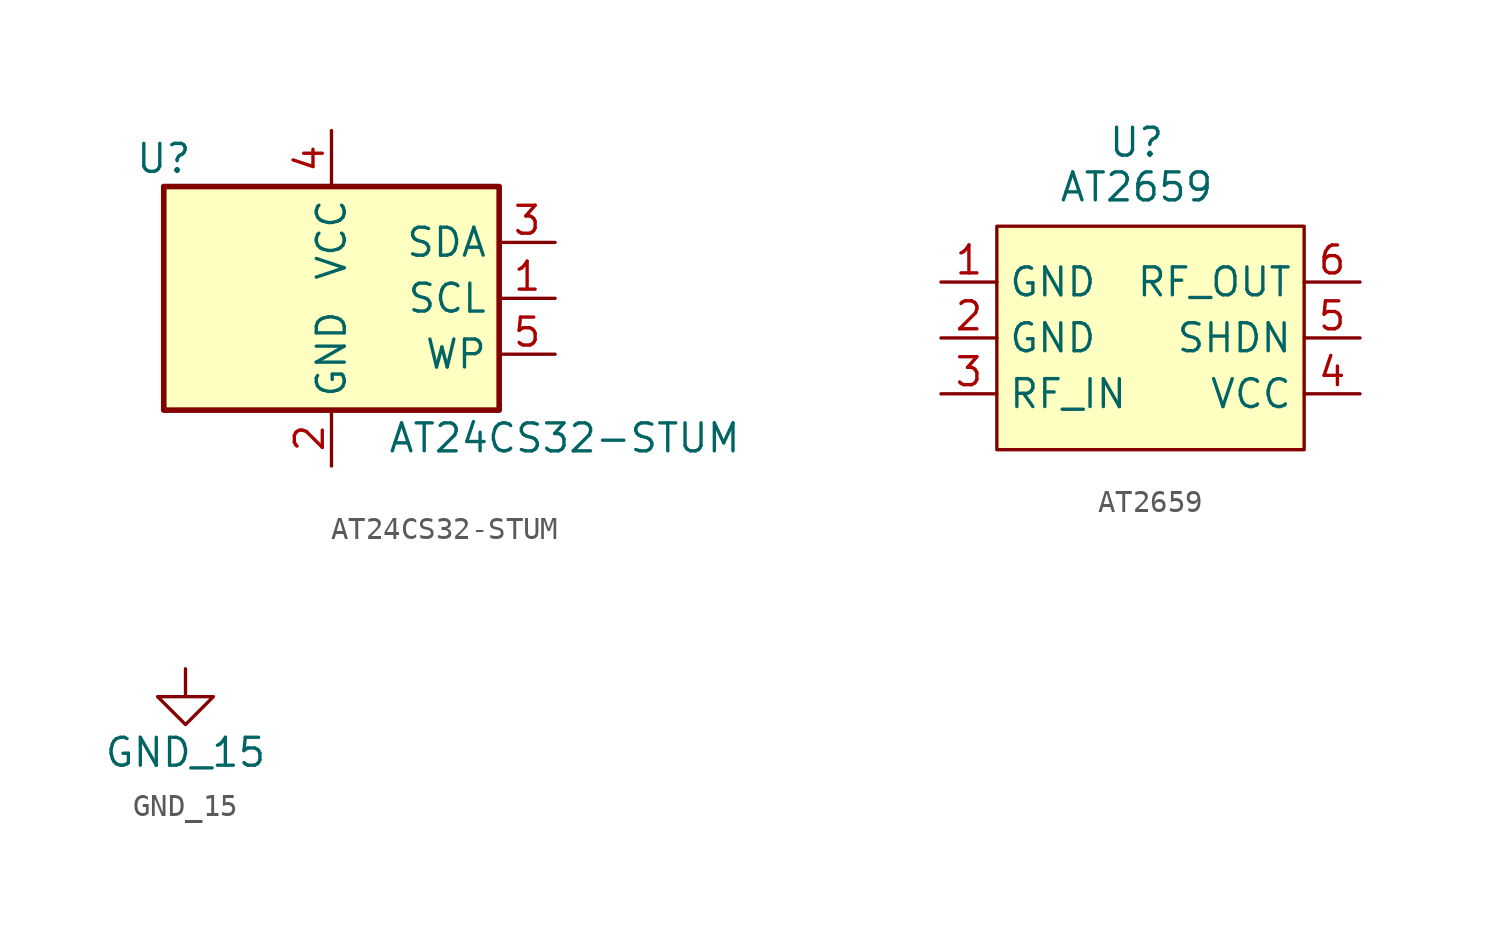
<source format=kicad_sym>
(kicad_symbol_lib
  (version 20231120)
  (generator "kicad_symbol_editor")
  (generator_version "8.0")
  (symbol "AT24CS32-STUM"
    (property "Reference" "U"
      (at -7.62 6.35 0)
      (effects (font (size 1.27 1.27))))
    (property "Value" "AT24CS32-STUM"
      (at 2.54 -6.35 0)
      (effects (font (size 1.27 1.27)) (justify left)))
    (symbol "AT24CS32-STUM_1_1"
      (rectangle (start -7.62 5.08) (end 7.62 -5.08) (stroke (width 0.254) (type default)) (fill (type background)))
      (pin input line (at 10.16 0 180) (length 2.54) (name "SCL" (effects (font (size 1.27 1.27)))) (number "1" (effects (font (size 1.27 1.27)))))
      (pin power_in line (at 0 -7.62 90) (length 2.54) (name "GND" (effects (font (size 1.27 1.27)))) (number "2" (effects (font (size 1.27 1.27)))))
      (pin bidirectional line (at 10.16 2.54 180) (length 2.54) (name "SDA" (effects (font (size 1.27 1.27)))) (number "3" (effects (font (size 1.27 1.27)))))
      (pin power_in line (at 0 7.62 270) (length 2.54) (name "VCC" (effects (font (size 1.27 1.27)))) (number "4" (effects (font (size 1.27 1.27)))))
      (pin input line (at 10.16 -2.54 180) (length 2.54) (name "WP" (effects (font (size 1.27 1.27)))) (number "5" (effects (font (size 1.27 1.27)))))))
  (symbol "AT2659"
    (property "Reference" "U"
      (at 0 0 0)
      (effects (font (size 1.27 1.27))))
    (property "Value" "AT2659"
      (at 0 -2.032 0)
      (effects (font (size 1.27 1.27))))
    (symbol "AT2659_1_1"
      (rectangle (start -6.35 -3.81) (end 7.62 -13.97) (stroke (width 0) (type default)) (fill (type background)))
      (pin input line (at -8.89 -6.35 0) (length 2.54) (name "GND" (effects (font (size 1.27 1.27)))) (number "1" (effects (font (size 1.27 1.27)))))
      (pin input line (at -8.89 -8.89 0) (length 2.54) (name "GND" (effects (font (size 1.27 1.27)))) (number "2" (effects (font (size 1.27 1.27)))))
      (pin input line (at -8.89 -11.43 0) (length 2.54) (name "RF_IN" (effects (font (size 1.27 1.27)))) (number "3" (effects (font (size 1.27 1.27)))))
      (pin input line (at 10.16 -11.43 180) (length 2.54) (name "VCC" (effects (font (size 1.27 1.27)))) (number "4" (effects (font (size 1.27 1.27)))))
      (pin input line (at 10.16 -8.89 180) (length 2.54) (name "SHDN" (effects (font (size 1.27 1.27)))) (number "5" (effects (font (size 1.27 1.27)))))
      (pin input line (at 10.16 -6.35 180) (length 2.54) (name "RF_OUT" (effects (font (size 1.27 1.27)))) (number "6" (effects (font (size 1.27 1.27)))))))
  (symbol "GND_15"
    (power)
    (pin_names
      (offset 0))
    (property "Reference" "#PWR"
      (at 0 -6.35 0)
      (effects (font (size 1.27 1.27)) (hide yes)))
    (property "Value" "GND_15"
      (at 0 -3.81 0)
      (effects (font (size 1.27 1.27))))
    (symbol "GND_15_0_1"
      (polyline (pts (xy 0 0) (xy 0 -1.27) (xy 1.27 -1.27) (xy 0 -2.54) (xy -1.27 -1.27) (xy 0 -1.27)) (stroke (width 0) (type default)) (fill (type none))))
    (symbol "GND_15_1_1"
      (pin power_in line (at 0 0 270) (length 0) hide (name "GND" (effects (font (size 1.27 1.27)))) (number "1" (effects (font (size 1.27 1.27))))))))
</source>
